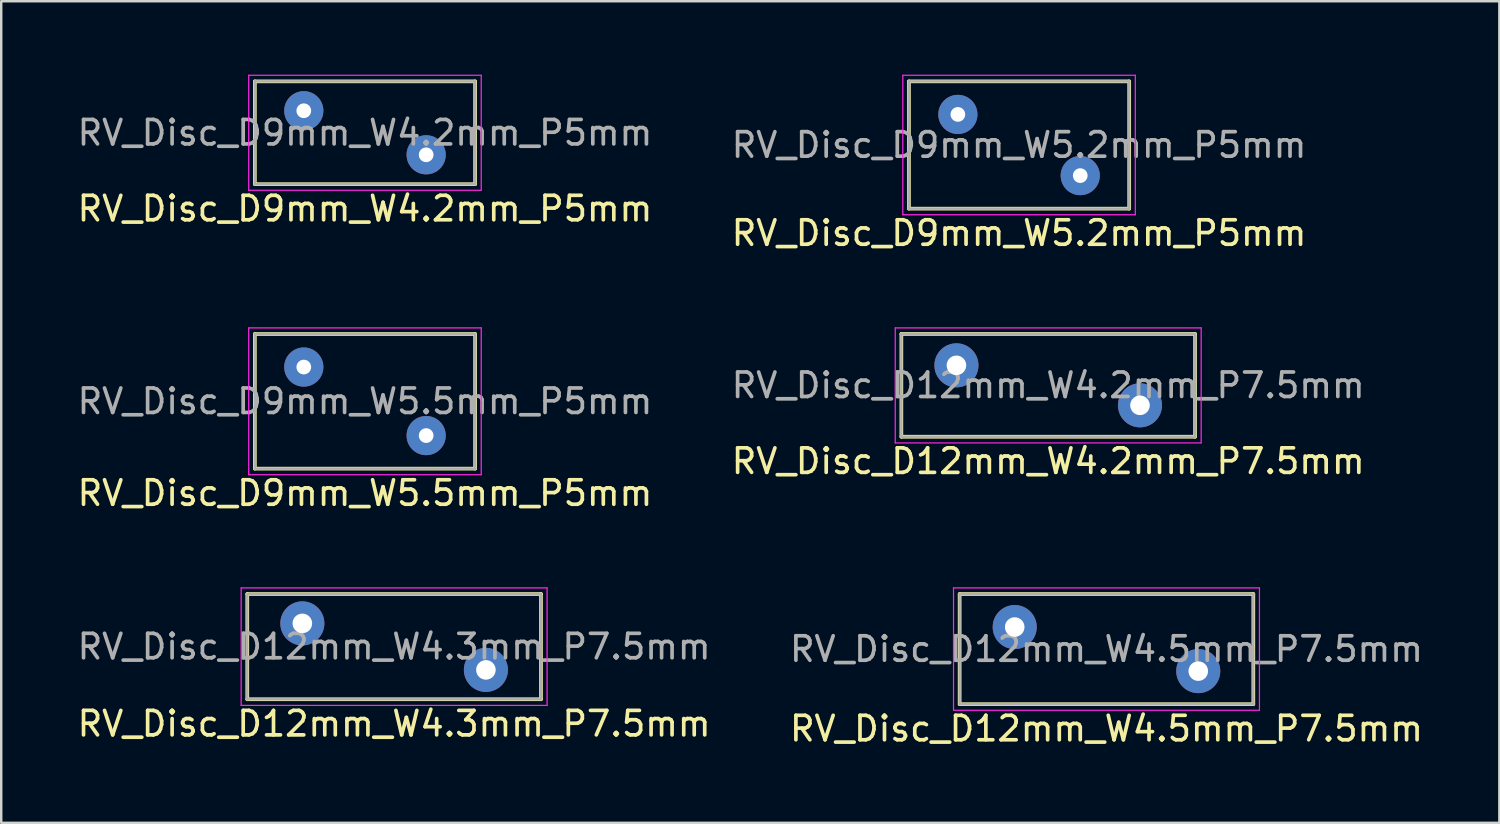
<source format=kicad_pcb>
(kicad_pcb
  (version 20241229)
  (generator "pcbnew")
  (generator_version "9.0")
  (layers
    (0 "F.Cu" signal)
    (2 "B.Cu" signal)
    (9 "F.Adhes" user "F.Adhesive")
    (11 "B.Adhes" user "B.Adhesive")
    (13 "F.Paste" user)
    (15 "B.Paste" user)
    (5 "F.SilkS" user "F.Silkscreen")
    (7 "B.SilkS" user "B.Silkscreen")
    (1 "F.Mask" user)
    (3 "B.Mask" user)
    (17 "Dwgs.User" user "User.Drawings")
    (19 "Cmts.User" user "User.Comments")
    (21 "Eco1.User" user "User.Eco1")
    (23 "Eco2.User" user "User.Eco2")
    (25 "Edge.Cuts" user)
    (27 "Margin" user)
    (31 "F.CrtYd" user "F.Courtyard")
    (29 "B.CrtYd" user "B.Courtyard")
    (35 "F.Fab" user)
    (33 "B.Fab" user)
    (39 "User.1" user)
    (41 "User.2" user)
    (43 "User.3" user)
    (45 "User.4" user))
  (footprint "RV_Disc_D9mm_W5.5mm_P5mm"
    (layer "F.Cu")
    (at 9.363 11.948)
    (property "Reference" "RV_Disc_D9mm_W5.5mm_P5mm" (at 2.5 5.15 0) (layer "F.SilkS") (effects (font (size 1 1) (thickness 0.15))))
    (attr through_hole)
    (fp_line (start -2 -1.35) (end -2 4.15) (stroke (width 0.15) (type solid)) (layer "F.SilkS"))
    (fp_line (start -2 -1.35) (end 7 -1.35) (stroke (width 0.15) (type solid)) (layer "F.SilkS"))
    (fp_line (start -2 4.15) (end 7 4.15) (stroke (width 0.15) (type solid)) (layer "F.SilkS"))
    (fp_line (start 7 -1.35) (end 7 4.15) (stroke (width 0.15) (type solid)) (layer "F.SilkS"))
    (fp_line (start -2.25 -1.6) (end -2.25 4.4) (stroke (width 0.05) (type solid)) (layer "F.CrtYd"))
    (fp_line (start -2.25 -1.6) (end 7.25 -1.6) (stroke (width 0.05) (type solid)) (layer "F.CrtYd"))
    (fp_line (start -2.25 4.4) (end 7.25 4.4) (stroke (width 0.05) (type solid)) (layer "F.CrtYd"))
    (fp_line (start 7.25 -1.6) (end 7.25 4.4) (stroke (width 0.05) (type solid)) (layer "F.CrtYd"))
    (fp_line (start -2 -1.35) (end -2 4.15) (stroke (width 0.1) (type solid)) (layer "F.Fab"))
    (fp_line (start -2 -1.35) (end 7 -1.35) (stroke (width 0.1) (type solid)) (layer "F.Fab"))
    (fp_line (start -2 4.15) (end 7 4.15) (stroke (width 0.1) (type solid)) (layer "F.Fab"))
    (fp_line (start 7 -1.35) (end 7 4.15) (stroke (width 0.1) (type solid)) (layer "F.Fab"))
    (fp_text user "${REFERENCE}" (at 2.5 1.4 0) (layer "F.Fab") (effects (font (size 1 1) (thickness 0.15))))
    (pad "1" thru_hole circle (at 0 0) (size 1.6 1.6) (drill 0.6) (layers "*.Cu" "*.Mask"))
    (pad "2" thru_hole circle (at 5 2.8) (size 1.6 1.6) (drill 0.6) (layers "*.Cu" "*.Mask")))
  (footprint "RV_Disc_D12mm_W4.2mm_P7.5mm"
    (layer "F.Cu")
    (at 36.03 11.878)
    (property "Reference" "RV_Disc_D12mm_W4.2mm_P7.5mm" (at 3.75 3.917 0) (layer "F.SilkS") (effects (font (size 1 1) (thickness 0.15))))
    (attr through_hole)
    (fp_line (start -2.25 -1.283) (end -2.25 2.917) (stroke (width 0.15) (type solid)) (layer "F.SilkS"))
    (fp_line (start -2.25 -1.283) (end 9.75 -1.283) (stroke (width 0.15) (type solid)) (layer "F.SilkS"))
    (fp_line (start -2.25 2.917) (end 9.75 2.917) (stroke (width 0.15) (type solid)) (layer "F.SilkS"))
    (fp_line (start 9.75 -1.283) (end 9.75 2.917) (stroke (width 0.15) (type solid)) (layer "F.SilkS"))
    (fp_line (start -2.5 -1.53) (end -2.5 3.17) (stroke (width 0.05) (type solid)) (layer "F.CrtYd"))
    (fp_line (start -2.5 -1.53) (end 10 -1.53) (stroke (width 0.05) (type solid)) (layer "F.CrtYd"))
    (fp_line (start -2.5 3.17) (end 10 3.17) (stroke (width 0.05) (type solid)) (layer "F.CrtYd"))
    (fp_line (start 10 -1.53) (end 10 3.17) (stroke (width 0.05) (type solid)) (layer "F.CrtYd"))
    (fp_line (start -2.25 -1.283) (end -2.25 2.917) (stroke (width 0.1) (type solid)) (layer "F.Fab"))
    (fp_line (start -2.25 -1.283) (end 9.75 -1.283) (stroke (width 0.1) (type solid)) (layer "F.Fab"))
    (fp_line (start -2.25 2.917) (end 9.75 2.917) (stroke (width 0.1) (type solid)) (layer "F.Fab"))
    (fp_line (start 9.75 -1.283) (end 9.75 2.917) (stroke (width 0.1) (type solid)) (layer "F.Fab"))
    (fp_text user "${REFERENCE}" (at 3.75 0.817 0) (layer "F.Fab") (effects (font (size 1 1) (thickness 0.15))))
    (pad "1" thru_hole circle (at 0 0) (size 1.8 1.8) (drill 0.8) (layers "*.Cu" "*.Mask"))
    (pad "2" thru_hole circle (at 7.5 1.633) (size 1.8 1.8) (drill 0.8) (layers "*.Cu" "*.Mask")))
  (footprint "RV_Disc_D9mm_W5.2mm_P5mm"
    (layer "F.Cu")
    (at 36.089 1.625)
    (property "Reference" "RV_Disc_D9mm_W5.2mm_P5mm" (at 2.5 4.85 0) (layer "F.SilkS") (effects (font (size 1 1) (thickness 0.15))))
    (attr through_hole)
    (fp_line (start -2 -1.35) (end -2 3.85) (stroke (width 0.15) (type solid)) (layer "F.SilkS"))
    (fp_line (start -2 -1.35) (end 7 -1.35) (stroke (width 0.15) (type solid)) (layer "F.SilkS"))
    (fp_line (start -2 3.85) (end 7 3.85) (stroke (width 0.15) (type solid)) (layer "F.SilkS"))
    (fp_line (start 7 -1.35) (end 7 3.85) (stroke (width 0.15) (type solid)) (layer "F.SilkS"))
    (fp_line (start -2.25 -1.6) (end -2.25 4.1) (stroke (width 0.05) (type solid)) (layer "F.CrtYd"))
    (fp_line (start -2.25 -1.6) (end 7.25 -1.6) (stroke (width 0.05) (type solid)) (layer "F.CrtYd"))
    (fp_line (start -2.25 4.1) (end 7.25 4.1) (stroke (width 0.05) (type solid)) (layer "F.CrtYd"))
    (fp_line (start 7.25 -1.6) (end 7.25 4.1) (stroke (width 0.05) (type solid)) (layer "F.CrtYd"))
    (fp_line (start -2 -1.35) (end -2 3.85) (stroke (width 0.1) (type solid)) (layer "F.Fab"))
    (fp_line (start -2 -1.35) (end 7 -1.35) (stroke (width 0.1) (type solid)) (layer "F.Fab"))
    (fp_line (start -2 3.85) (end 7 3.85) (stroke (width 0.1) (type solid)) (layer "F.Fab"))
    (fp_line (start 7 -1.35) (end 7 3.85) (stroke (width 0.1) (type solid)) (layer "F.Fab"))
    (fp_text user "${REFERENCE}" (at 2.5 1.25 0) (layer "F.Fab") (effects (font (size 1 1) (thickness 0.15))))
    (pad "1" thru_hole circle (at 0 0) (size 1.6 1.6) (drill 0.6) (layers "*.Cu" "*.Mask"))
    (pad "2" thru_hole circle (at 5 2.5) (size 1.6 1.6) (drill 0.6) (layers "*.Cu" "*.Mask")))
  (footprint "RV_Disc_D12mm_W4.3mm_P7.5mm"
    (layer "F.Cu")
    (at 9.304 22.422)
    (property "Reference" "RV_Disc_D12mm_W4.3mm_P7.5mm" (at 3.75 4.1 0) (layer "F.SilkS") (effects (font (size 1 1) (thickness 0.15))))
    (attr through_hole)
    (fp_line (start -2.25 -1.2) (end -2.25 3.1) (stroke (width 0.15) (type solid)) (layer "F.SilkS"))
    (fp_line (start -2.25 -1.2) (end 9.75 -1.2) (stroke (width 0.15) (type solid)) (layer "F.SilkS"))
    (fp_line (start -2.25 3.1) (end 9.75 3.1) (stroke (width 0.15) (type solid)) (layer "F.SilkS"))
    (fp_line (start 9.75 -1.2) (end 9.75 3.1) (stroke (width 0.15) (type solid)) (layer "F.SilkS"))
    (fp_line (start -2.5 -1.45) (end -2.5 3.35) (stroke (width 0.05) (type solid)) (layer "F.CrtYd"))
    (fp_line (start -2.5 -1.45) (end 10 -1.45) (stroke (width 0.05) (type solid)) (layer "F.CrtYd"))
    (fp_line (start -2.5 3.35) (end 10 3.35) (stroke (width 0.05) (type solid)) (layer "F.CrtYd"))
    (fp_line (start 10 -1.45) (end 10 3.35) (stroke (width 0.05) (type solid)) (layer "F.CrtYd"))
    (fp_line (start -2.25 -1.2) (end -2.25 3.1) (stroke (width 0.1) (type solid)) (layer "F.Fab"))
    (fp_line (start -2.25 -1.2) (end 9.75 -1.2) (stroke (width 0.1) (type solid)) (layer "F.Fab"))
    (fp_line (start -2.25 3.1) (end 9.75 3.1) (stroke (width 0.1) (type solid)) (layer "F.Fab"))
    (fp_line (start 9.75 -1.2) (end 9.75 3.1) (stroke (width 0.1) (type solid)) (layer "F.Fab"))
    (fp_text user "${REFERENCE}" (at 3.75 0.95 0) (layer "F.Fab") (effects (font (size 1 1) (thickness 0.15))))
    (pad "1" thru_hole circle (at 0 0) (size 1.8 1.8) (drill 0.8) (layers "*.Cu" "*.Mask"))
    (pad "2" thru_hole circle (at 7.5 1.9) (size 1.8 1.8) (drill 0.8) (layers "*.Cu" "*.Mask")))
  (footprint "RV_Disc_D9mm_W4.2mm_P5mm"
    (layer "F.Cu")
    (at 9.363 1.475)
    (property "Reference" "RV_Disc_D9mm_W4.2mm_P5mm" (at 2.5 4 0) (layer "F.SilkS") (effects (font (size 1 1) (thickness 0.15))))
    (attr through_hole)
    (fp_line (start -2 -1.2) (end -2 3) (stroke (width 0.15) (type solid)) (layer "F.SilkS"))
    (fp_line (start -2 -1.2) (end 7 -1.2) (stroke (width 0.15) (type solid)) (layer "F.SilkS"))
    (fp_line (start -2 3) (end 7 3) (stroke (width 0.15) (type solid)) (layer "F.SilkS"))
    (fp_line (start 7 -1.2) (end 7 3) (stroke (width 0.15) (type solid)) (layer "F.SilkS"))
    (fp_line (start -2.25 -1.45) (end -2.25 3.25) (stroke (width 0.05) (type solid)) (layer "F.CrtYd"))
    (fp_line (start -2.25 -1.45) (end 7.25 -1.45) (stroke (width 0.05) (type solid)) (layer "F.CrtYd"))
    (fp_line (start -2.25 3.25) (end 7.25 3.25) (stroke (width 0.05) (type solid)) (layer "F.CrtYd"))
    (fp_line (start 7.25 -1.45) (end 7.25 3.25) (stroke (width 0.05) (type solid)) (layer "F.CrtYd"))
    (fp_line (start -2 -1.2) (end -2 3) (stroke (width 0.1) (type solid)) (layer "F.Fab"))
    (fp_line (start -2 -1.2) (end 7 -1.2) (stroke (width 0.1) (type solid)) (layer "F.Fab"))
    (fp_line (start -2 3) (end 7 3) (stroke (width 0.1) (type solid)) (layer "F.Fab"))
    (fp_line (start 7 -1.2) (end 7 3) (stroke (width 0.1) (type solid)) (layer "F.Fab"))
    (fp_text user "${REFERENCE}" (at 2.5 0.9 0) (layer "F.Fab") (effects (font (size 1 1) (thickness 0.15))))
    (pad "1" thru_hole circle (at 0 0) (size 1.6 1.6) (drill 0.6) (layers "*.Cu" "*.Mask"))
    (pad "2" thru_hole circle (at 5 1.8) (size 1.6 1.6) (drill 0.6) (layers "*.Cu" "*.Mask")))
  (footprint "RV_Disc_D12mm_W4.5mm_P7.5mm"
    (layer "F.Cu")
    (at 38.411 22.572)
    (property "Reference" "RV_Disc_D12mm_W4.5mm_P7.5mm" (at 3.75 4.15 0) (layer "F.SilkS") (effects (font (size 1 1) (thickness 0.15))))
    (attr through_hole)
    (fp_line (start -2.25 -1.35) (end -2.25 3.15) (stroke (width 0.15) (type solid)) (layer "F.SilkS"))
    (fp_line (start -2.25 -1.35) (end 9.75 -1.35) (stroke (width 0.15) (type solid)) (layer "F.SilkS"))
    (fp_line (start -2.25 3.15) (end 9.75 3.15) (stroke (width 0.15) (type solid)) (layer "F.SilkS"))
    (fp_line (start 9.75 -1.35) (end 9.75 3.15) (stroke (width 0.15) (type solid)) (layer "F.SilkS"))
    (fp_line (start -2.5 -1.6) (end -2.5 3.4) (stroke (width 0.05) (type solid)) (layer "F.CrtYd"))
    (fp_line (start -2.5 -1.6) (end 10 -1.6) (stroke (width 0.05) (type solid)) (layer "F.CrtYd"))
    (fp_line (start -2.5 3.4) (end 10 3.4) (stroke (width 0.05) (type solid)) (layer "F.CrtYd"))
    (fp_line (start 10 -1.6) (end 10 3.4) (stroke (width 0.05) (type solid)) (layer "F.CrtYd"))
    (fp_line (start -2.25 -1.35) (end -2.25 3.15) (stroke (width 0.1) (type solid)) (layer "F.Fab"))
    (fp_line (start -2.25 -1.35) (end 9.75 -1.35) (stroke (width 0.1) (type solid)) (layer "F.Fab"))
    (fp_line (start -2.25 3.15) (end 9.75 3.15) (stroke (width 0.1) (type solid)) (layer "F.Fab"))
    (fp_line (start 9.75 -1.35) (end 9.75 3.15) (stroke (width 0.1) (type solid)) (layer "F.Fab"))
    (fp_text user "${REFERENCE}" (at 3.75 0.9 0) (layer "F.Fab") (effects (font (size 1 1) (thickness 0.15))))
    (pad "1" thru_hole circle (at 0 0) (size 1.8 1.8) (drill 0.8) (layers "*.Cu" "*.Mask"))
    (pad "2" thru_hole circle (at 7.5 1.8) (size 1.8 1.8) (drill 0.8) (layers "*.Cu" "*.Mask")))
  (gr_rect
    (start -3 -3)
    (end 58.214 30.57)
    (stroke (width 0.1) (type default))
    (fill no)
    (layer "Edge.Cuts")))
</source>
